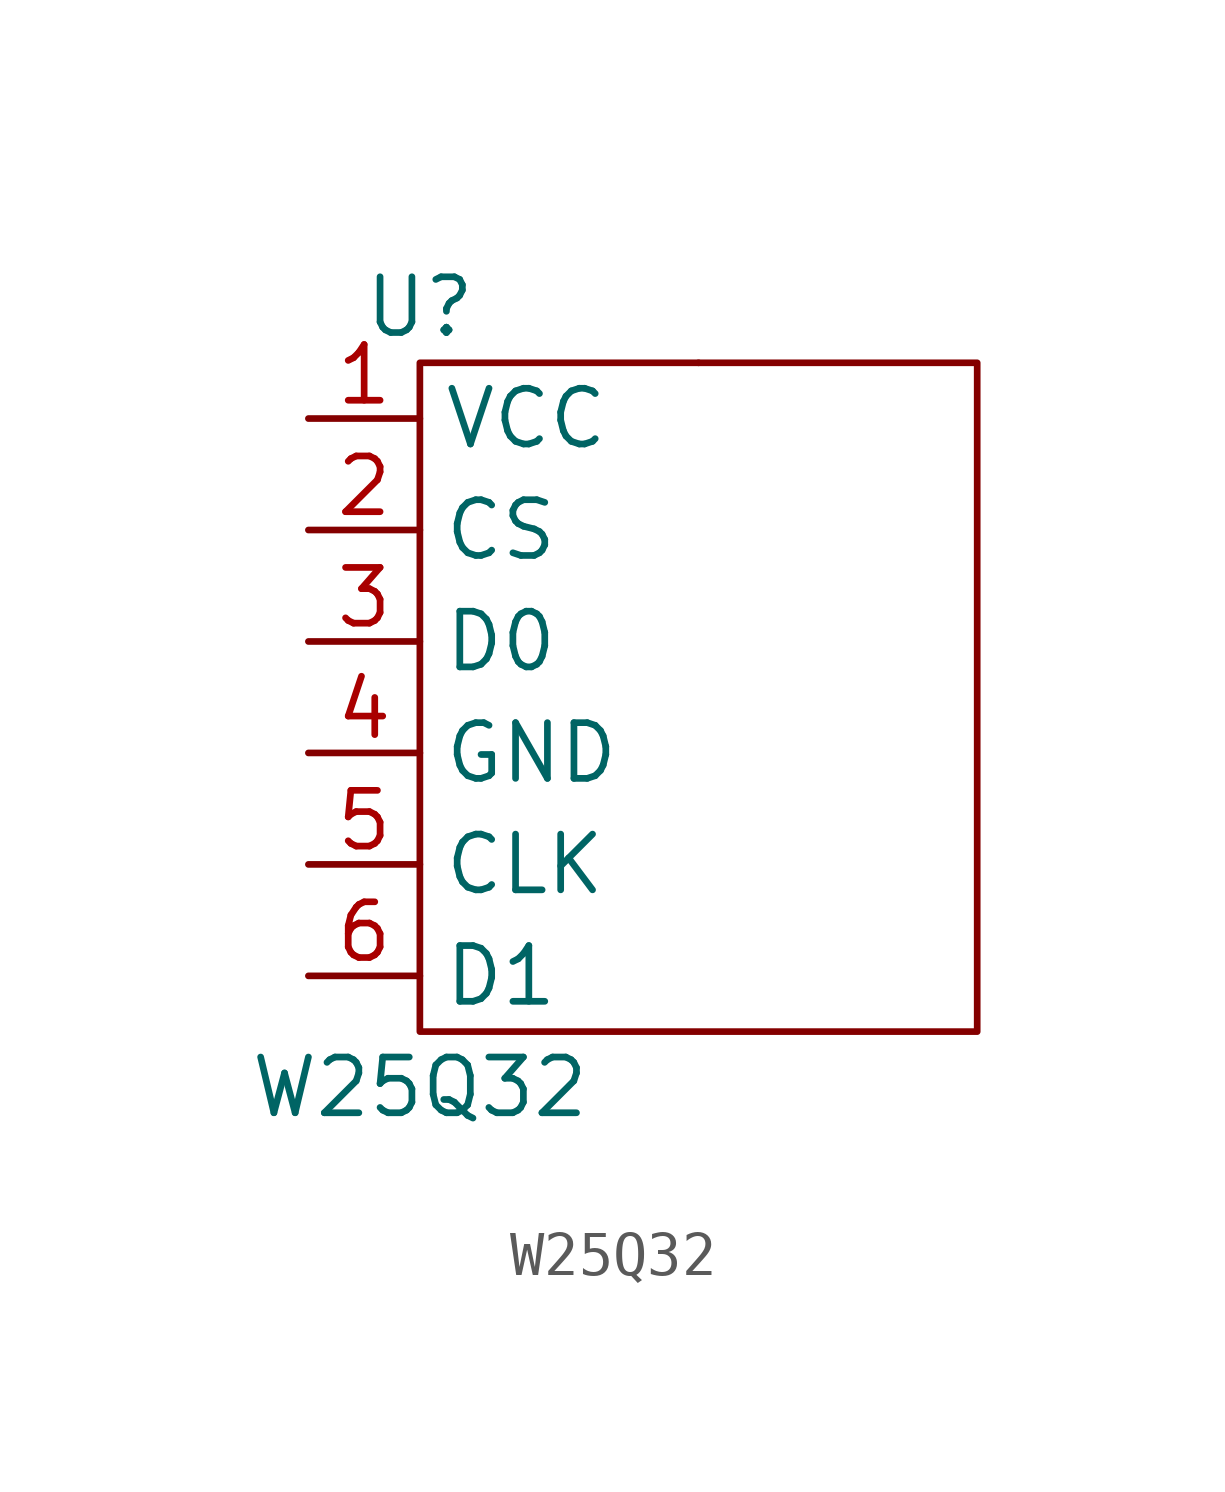
<source format=kicad_sym>
(kicad_symbol_lib
  (version 20211014)
  (generator kicad_symbol_editor)
  (symbol "W25Q32"
    (property "Reference" "U"
      (at 0 10.16 0)
      (effects (font (size 1.27 1.27))))
    (property "Value" "W25Q32"
      (at 0 -7.62 0)
      (effects (font (size 1.27 1.27))))
    (symbol "W25Q32_0_1"
      (rectangle (start 0 -6.35) (end 12.7 8.89) (stroke (width 0) (type default) (color 0 0 0 0)) (fill (type none)))
      (rectangle (start 6.35 8.89) (end 6.35 8.89) (stroke (width 0) (type default) (color 0 0 0 0)) (fill (type none))))
    (symbol "W25Q32_1_1"
      (pin input line (at -2.54 7.62 0) (length 2.54) (name "VCC" (effects (font (size 1.27 1.27)))) (number "1" (effects (font (size 1.27 1.27)))))
      (pin input line (at -2.54 5.08 0) (length 2.54) (name "CS" (effects (font (size 1.27 1.27)))) (number "2" (effects (font (size 1.27 1.27)))))
      (pin input line (at -2.54 2.54 0) (length 2.54) (name "D0" (effects (font (size 1.27 1.27)))) (number "3" (effects (font (size 1.27 1.27)))))
      (pin input line (at -2.54 0 0) (length 2.54) (name "GND" (effects (font (size 1.27 1.27)))) (number "4" (effects (font (size 1.27 1.27)))))
      (pin input line (at -2.54 -2.54 0) (length 2.54) (name "CLK" (effects (font (size 1.27 1.27)))) (number "5" (effects (font (size 1.27 1.27)))))
      (pin input line (at -2.54 -5.08 0) (length 2.54) (name "D1" (effects (font (size 1.27 1.27)))) (number "6" (effects (font (size 1.27 1.27))))))))
</source>
